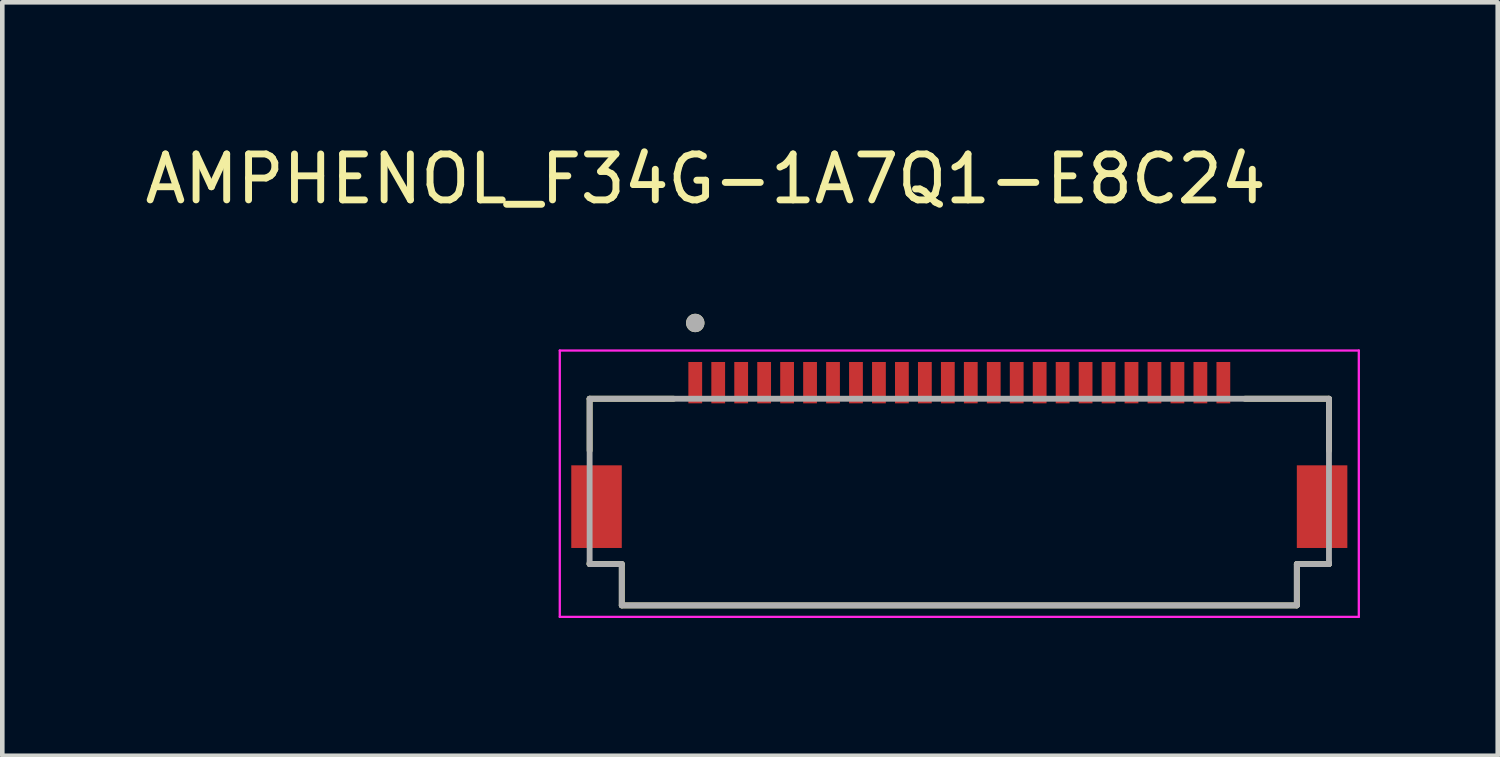
<source format=kicad_pcb>
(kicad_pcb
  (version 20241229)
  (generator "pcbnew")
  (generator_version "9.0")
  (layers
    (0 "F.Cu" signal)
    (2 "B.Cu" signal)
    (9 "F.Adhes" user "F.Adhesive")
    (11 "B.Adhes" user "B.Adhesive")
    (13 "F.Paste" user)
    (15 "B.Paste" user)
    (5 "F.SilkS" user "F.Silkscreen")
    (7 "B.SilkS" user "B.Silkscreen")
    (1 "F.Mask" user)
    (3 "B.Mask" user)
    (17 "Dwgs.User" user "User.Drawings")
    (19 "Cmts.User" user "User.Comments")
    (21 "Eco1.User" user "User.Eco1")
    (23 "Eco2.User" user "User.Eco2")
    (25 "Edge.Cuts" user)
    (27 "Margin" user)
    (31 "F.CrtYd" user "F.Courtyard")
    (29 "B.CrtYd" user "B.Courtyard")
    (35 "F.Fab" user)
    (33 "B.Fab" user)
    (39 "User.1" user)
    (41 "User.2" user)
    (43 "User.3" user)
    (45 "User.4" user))
  (footprint "AMPHENOL_F34G-1A7Q1-E8C24"
    (layer "F.Cu")
    (at 17.84 7.983)
    (property "Reference" "AMPHENOL_F34G-1A7Q1-E8C24" (at -5.525 -7.135 0) (layer "F.SilkS") (effects (font (size 1 1) (thickness 0.15))))
    (attr smd)
    (fp_line (start -8.05 -2.35) (end -6.22 -2.35) (stroke (width 0.127) (type solid)) (layer "F.SilkS"))
    (fp_line (start -8.05 -1.22) (end -8.05 -2.35) (stroke (width 0.127) (type solid)) (layer "F.SilkS"))
    (fp_line (start -8.05 1.25) (end -8.05 1.22) (stroke (width 0.127) (type solid)) (layer "F.SilkS"))
    (fp_line (start -7.35 1.25) (end -8.05 1.25) (stroke (width 0.127) (type solid)) (layer "F.SilkS"))
    (fp_line (start -7.35 2.15) (end -7.35 1.25) (stroke (width 0.127) (type solid)) (layer "F.SilkS"))
    (fp_line (start -7.35 2.15) (end 7.35 2.15) (stroke (width 0.127) (type solid)) (layer "F.SilkS"))
    (fp_line (start 6.22 -2.35) (end 8.05 -2.35) (stroke (width 0.127) (type solid)) (layer "F.SilkS"))
    (fp_line (start 7.35 2.15) (end 7.35 1.25) (stroke (width 0.127) (type solid)) (layer "F.SilkS"))
    (fp_line (start 8.05 -2.35) (end 8.05 -1.22) (stroke (width 0.127) (type solid)) (layer "F.SilkS"))
    (fp_line (start 8.05 1.25) (end 7.35 1.25) (stroke (width 0.127) (type solid)) (layer "F.SilkS"))
    (fp_line (start 8.05 1.25) (end 8.05 1.22) (stroke (width 0.127) (type solid)) (layer "F.SilkS"))
    (fp_circle (center -5.75 -4) (end -5.65 -4) (stroke (width 0.2) (type solid)) (fill no) (layer "F.SilkS"))
    (fp_line (start -8.7 -3.4) (end -8.7 2.4) (stroke (width 0.05) (type solid)) (layer "F.CrtYd"))
    (fp_line (start -8.7 2.4) (end 8.7 2.4) (stroke (width 0.05) (type solid)) (layer "F.CrtYd"))
    (fp_line (start 8.7 -3.4) (end -8.7 -3.4) (stroke (width 0.05) (type solid)) (layer "F.CrtYd"))
    (fp_line (start 8.7 2.4) (end 8.7 -3.4) (stroke (width 0.05) (type solid)) (layer "F.CrtYd"))
    (fp_line (start -8.05 -2.35) (end 8.05 -2.35) (stroke (width 0.127) (type solid)) (layer "F.Fab"))
    (fp_line (start -8.05 1.25) (end -8.05 -2.35) (stroke (width 0.127) (type solid)) (layer "F.Fab"))
    (fp_line (start -7.35 1.25) (end -8.05 1.25) (stroke (width 0.127) (type solid)) (layer "F.Fab"))
    (fp_line (start -7.35 2.15) (end -7.35 1.25) (stroke (width 0.127) (type solid)) (layer "F.Fab"))
    (fp_line (start -7.35 2.15) (end 7.35 2.15) (stroke (width 0.127) (type solid)) (layer "F.Fab"))
    (fp_line (start 7.35 2.15) (end 7.35 1.25) (stroke (width 0.127) (type solid)) (layer "F.Fab"))
    (fp_line (start 8.05 -2.35) (end 8.05 1.25) (stroke (width 0.127) (type solid)) (layer "F.Fab"))
    (fp_line (start 8.05 1.25) (end 7.35 1.25) (stroke (width 0.127) (type solid)) (layer "F.Fab"))
    (fp_circle (center -5.75 -4) (end -5.65 -4) (stroke (width 0.2) (type solid)) (fill no) (layer "F.Fab"))
    (pad "1" smd rect (at -5.75 -2.7) (size 0.3 0.9) (layers "F.Cu" "F.Mask" "F.Paste"))
    (pad "2" smd rect (at -5.25 -2.7) (size 0.3 0.9) (layers "F.Cu" "F.Mask" "F.Paste"))
    (pad "3" smd rect (at -4.75 -2.7) (size 0.3 0.9) (layers "F.Cu" "F.Mask" "F.Paste"))
    (pad "4" smd rect (at -4.25 -2.7) (size 0.3 0.9) (layers "F.Cu" "F.Mask" "F.Paste"))
    (pad "5" smd rect (at -3.75 -2.7) (size 0.3 0.9) (layers "F.Cu" "F.Mask" "F.Paste"))
    (pad "6" smd rect (at -3.25 -2.7) (size 0.3 0.9) (layers "F.Cu" "F.Mask" "F.Paste"))
    (pad "7" smd rect (at -2.75 -2.7) (size 0.3 0.9) (layers "F.Cu" "F.Mask" "F.Paste"))
    (pad "8" smd rect (at -2.25 -2.7) (size 0.3 0.9) (layers "F.Cu" "F.Mask" "F.Paste"))
    (pad "9" smd rect (at -1.75 -2.7) (size 0.3 0.9) (layers "F.Cu" "F.Mask" "F.Paste"))
    (pad "10" smd rect (at -1.25 -2.7) (size 0.3 0.9) (layers "F.Cu" "F.Mask" "F.Paste"))
    (pad "11" smd rect (at -0.75 -2.7) (size 0.3 0.9) (layers "F.Cu" "F.Mask" "F.Paste"))
    (pad "12" smd rect (at -0.25 -2.7) (size 0.3 0.9) (layers "F.Cu" "F.Mask" "F.Paste"))
    (pad "13" smd rect (at 0.25 -2.7) (size 0.3 0.9) (layers "F.Cu" "F.Mask" "F.Paste"))
    (pad "14" smd rect (at 0.75 -2.7) (size 0.3 0.9) (layers "F.Cu" "F.Mask" "F.Paste"))
    (pad "15" smd rect (at 1.25 -2.7) (size 0.3 0.9) (layers "F.Cu" "F.Mask" "F.Paste"))
    (pad "16" smd rect (at 1.75 -2.7) (size 0.3 0.9) (layers "F.Cu" "F.Mask" "F.Paste"))
    (pad "17" smd rect (at 2.25 -2.7) (size 0.3 0.9) (layers "F.Cu" "F.Mask" "F.Paste"))
    (pad "18" smd rect (at 2.75 -2.7) (size 0.3 0.9) (layers "F.Cu" "F.Mask" "F.Paste"))
    (pad "19" smd rect (at 3.25 -2.7) (size 0.3 0.9) (layers "F.Cu" "F.Mask" "F.Paste"))
    (pad "20" smd rect (at 3.75 -2.7) (size 0.3 0.9) (layers "F.Cu" "F.Mask" "F.Paste"))
    (pad "21" smd rect (at 4.25 -2.7) (size 0.3 0.9) (layers "F.Cu" "F.Mask" "F.Paste"))
    (pad "22" smd rect (at 4.75 -2.7) (size 0.3 0.9) (layers "F.Cu" "F.Mask" "F.Paste"))
    (pad "23" smd rect (at 5.25 -2.7) (size 0.3 0.9) (layers "F.Cu" "F.Mask" "F.Paste"))
    (pad "24" smd rect (at 5.75 -2.7) (size 0.3 0.9) (layers "F.Cu" "F.Mask" "F.Paste"))
    (pad "SH1" smd rect (at -7.9 0) (size 1.1 1.8) (layers "F.Cu" "F.Mask" "F.Paste"))
    (pad "SH2" smd rect (at 7.9 0) (size 1.1 1.8) (layers "F.Cu" "F.Mask" "F.Paste")))
  (gr_rect
    (start -3 -3)
    (end 29.565 13.408)
    (stroke (width 0.1) (type default))
    (fill no)
    (layer "Edge.Cuts")))
</source>
